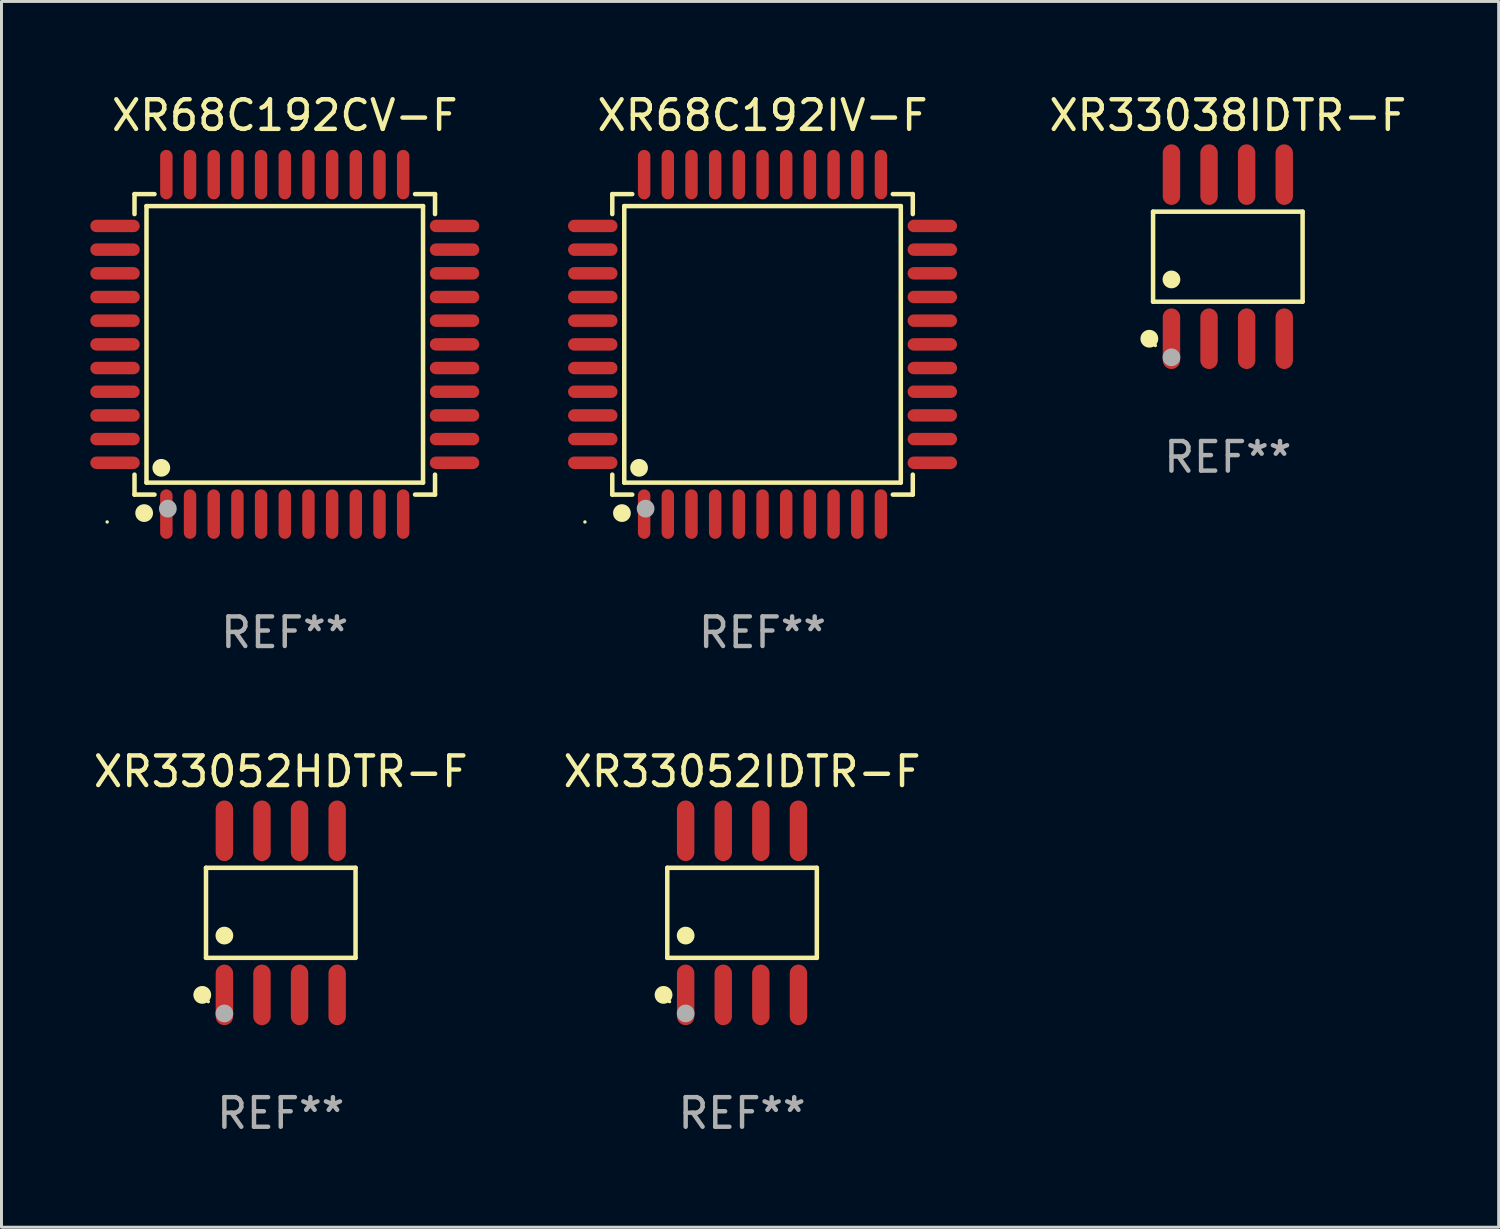
<source format=kicad_pcb>
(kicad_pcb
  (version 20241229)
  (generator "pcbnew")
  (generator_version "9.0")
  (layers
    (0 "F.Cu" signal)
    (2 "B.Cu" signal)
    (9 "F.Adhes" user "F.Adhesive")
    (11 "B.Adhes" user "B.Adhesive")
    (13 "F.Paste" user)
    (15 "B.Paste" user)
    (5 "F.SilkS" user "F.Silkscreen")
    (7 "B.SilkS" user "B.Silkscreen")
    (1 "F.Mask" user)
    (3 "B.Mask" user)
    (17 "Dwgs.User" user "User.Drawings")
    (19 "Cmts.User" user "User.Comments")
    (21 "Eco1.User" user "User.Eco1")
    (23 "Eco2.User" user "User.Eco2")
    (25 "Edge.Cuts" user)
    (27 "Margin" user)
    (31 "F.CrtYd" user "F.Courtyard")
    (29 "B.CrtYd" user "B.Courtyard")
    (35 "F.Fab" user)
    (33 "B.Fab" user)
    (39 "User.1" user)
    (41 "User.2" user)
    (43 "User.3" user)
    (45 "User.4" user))
  (footprint "XR68C192IV-F"
    (layer "F.Cu")
    (at 22.71 8.583)
    (property "Reference" "XR68C192IV-F" (at 0 -7.735 0) (layer "F.SilkS") (effects (font (size 1 1) (thickness 0.15))))
    (attr through_hole)
    (fp_line (start -5.076 -5.076) (end -4.401 -5.076) (stroke (width 0.152) (type solid)) (layer "F.SilkS"))
    (fp_line (start -5.076 -4.401) (end -5.076 -5.076) (stroke (width 0.152) (type solid)) (layer "F.SilkS"))
    (fp_line (start -5.076 4.401) (end -5.076 5.076) (stroke (width 0.152) (type solid)) (layer "F.SilkS"))
    (fp_line (start -5.076 5.076) (end -4.401 5.076) (stroke (width 0.152) (type solid)) (layer "F.SilkS"))
    (fp_line (start -4.671 -4.671) (end 4.671 -4.671) (stroke (width 0.152) (type solid)) (layer "F.SilkS"))
    (fp_line (start -4.671 4.671) (end -4.671 -4.671) (stroke (width 0.152) (type solid)) (layer "F.SilkS"))
    (fp_line (start 4.671 -4.671) (end 4.671 4.671) (stroke (width 0.152) (type solid)) (layer "F.SilkS"))
    (fp_line (start 4.671 4.671) (end -4.671 4.671) (stroke (width 0.152) (type solid)) (layer "F.SilkS"))
    (fp_line (start 5.076 -5.076) (end 4.401 -5.076) (stroke (width 0.152) (type solid)) (layer "F.SilkS"))
    (fp_line (start 5.076 -4.401) (end 5.076 -5.076) (stroke (width 0.152) (type solid)) (layer "F.SilkS"))
    (fp_line (start 5.076 4.401) (end 5.076 5.076) (stroke (width 0.152) (type solid)) (layer "F.SilkS"))
    (fp_line (start 5.076 5.076) (end 4.401 5.076) (stroke (width 0.152) (type solid)) (layer "F.SilkS"))
    (fp_circle (center -6 6) (end -5.97 6) (stroke (width 0.06) (type solid)) (fill no) (layer "F.SilkS"))
    (fp_circle (center -4.75 5.7) (end -4.6 5.7) (stroke (width 0.3) (type solid)) (fill no) (layer "F.SilkS"))
    (fp_circle (center -4.171 4.171) (end -4.021 4.171) (stroke (width 0.3) (type solid)) (fill no) (layer "F.SilkS"))
    (fp_circle (center -3.95 5.55) (end -3.8 5.55) (stroke (width 0.3) (type solid)) (fill no) (layer "F.Fab"))
    (fp_text user "REF**" (at 0 9.735 0) (layer "F.Fab") (effects (font (size 1 1) (thickness 0.15))))
    (pad "1" smd oval (at -4 5.735) (size 0.42 1.67) (layers "F.Cu" "F.Mask" "F.Paste"))
    (pad "2" smd oval (at -3.2 5.735) (size 0.42 1.67) (layers "F.Cu" "F.Mask" "F.Paste"))
    (pad "3" smd oval (at -2.4 5.735) (size 0.42 1.67) (layers "F.Cu" "F.Mask" "F.Paste"))
    (pad "4" smd oval (at -1.6 5.735) (size 0.42 1.67) (layers "F.Cu" "F.Mask" "F.Paste"))
    (pad "5" smd oval (at -0.8 5.735) (size 0.42 1.67) (layers "F.Cu" "F.Mask" "F.Paste"))
    (pad "6" smd oval (at 0 5.735) (size 0.42 1.67) (layers "F.Cu" "F.Mask" "F.Paste"))
    (pad "7" smd oval (at 0.8 5.735) (size 0.42 1.67) (layers "F.Cu" "F.Mask" "F.Paste"))
    (pad "8" smd oval (at 1.6 5.735) (size 0.42 1.67) (layers "F.Cu" "F.Mask" "F.Paste"))
    (pad "9" smd oval (at 2.4 5.735) (size 0.42 1.67) (layers "F.Cu" "F.Mask" "F.Paste"))
    (pad "10" smd oval (at 3.2 5.735) (size 0.42 1.67) (layers "F.Cu" "F.Mask" "F.Paste"))
    (pad "11" smd oval (at 4 5.735) (size 0.42 1.67) (layers "F.Cu" "F.Mask" "F.Paste"))
    (pad "12" smd oval (at 5.735 4) (size 1.67 0.42) (layers "F.Cu" "F.Mask" "F.Paste"))
    (pad "13" smd oval (at 5.735 3.2) (size 1.67 0.42) (layers "F.Cu" "F.Mask" "F.Paste"))
    (pad "14" smd oval (at 5.735 2.4) (size 1.67 0.42) (layers "F.Cu" "F.Mask" "F.Paste"))
    (pad "15" smd oval (at 5.735 1.6) (size 1.67 0.42) (layers "F.Cu" "F.Mask" "F.Paste"))
    (pad "16" smd oval (at 5.735 0.8) (size 1.67 0.42) (layers "F.Cu" "F.Mask" "F.Paste"))
    (pad "17" smd oval (at 5.735 0) (size 1.67 0.42) (layers "F.Cu" "F.Mask" "F.Paste"))
    (pad "18" smd oval (at 5.735 -0.8) (size 1.67 0.42) (layers "F.Cu" "F.Mask" "F.Paste"))
    (pad "19" smd oval (at 5.735 -1.6) (size 1.67 0.42) (layers "F.Cu" "F.Mask" "F.Paste"))
    (pad "20" smd oval (at 5.735 -2.4) (size 1.67 0.42) (layers "F.Cu" "F.Mask" "F.Paste"))
    (pad "21" smd oval (at 5.735 -3.2) (size 1.67 0.42) (layers "F.Cu" "F.Mask" "F.Paste"))
    (pad "22" smd oval (at 5.735 -4) (size 1.67 0.42) (layers "F.Cu" "F.Mask" "F.Paste"))
    (pad "23" smd oval (at 4 -5.735) (size 0.42 1.67) (layers "F.Cu" "F.Mask" "F.Paste"))
    (pad "24" smd oval (at 3.2 -5.735) (size 0.42 1.67) (layers "F.Cu" "F.Mask" "F.Paste"))
    (pad "25" smd oval (at 2.4 -5.735) (size 0.42 1.67) (layers "F.Cu" "F.Mask" "F.Paste"))
    (pad "26" smd oval (at 1.6 -5.735) (size 0.42 1.67) (layers "F.Cu" "F.Mask" "F.Paste"))
    (pad "27" smd oval (at 0.8 -5.735) (size 0.42 1.67) (layers "F.Cu" "F.Mask" "F.Paste"))
    (pad "28" smd oval (at 0 -5.735) (size 0.42 1.67) (layers "F.Cu" "F.Mask" "F.Paste"))
    (pad "29" smd oval (at -0.8 -5.735) (size 0.42 1.67) (layers "F.Cu" "F.Mask" "F.Paste"))
    (pad "30" smd oval (at -1.6 -5.735) (size 0.42 1.67) (layers "F.Cu" "F.Mask" "F.Paste"))
    (pad "31" smd oval (at -2.4 -5.735) (size 0.42 1.67) (layers "F.Cu" "F.Mask" "F.Paste"))
    (pad "32" smd oval (at -3.2 -5.735) (size 0.42 1.67) (layers "F.Cu" "F.Mask" "F.Paste"))
    (pad "33" smd oval (at -4 -5.735) (size 0.42 1.67) (layers "F.Cu" "F.Mask" "F.Paste"))
    (pad "34" smd oval (at -5.735 -4) (size 1.67 0.42) (layers "F.Cu" "F.Mask" "F.Paste"))
    (pad "35" smd oval (at -5.735 -3.2) (size 1.67 0.42) (layers "F.Cu" "F.Mask" "F.Paste"))
    (pad "36" smd oval (at -5.735 -2.4) (size 1.67 0.42) (layers "F.Cu" "F.Mask" "F.Paste"))
    (pad "37" smd oval (at -5.735 -1.6) (size 1.67 0.42) (layers "F.Cu" "F.Mask" "F.Paste"))
    (pad "38" smd oval (at -5.735 -0.8) (size 1.67 0.42) (layers "F.Cu" "F.Mask" "F.Paste"))
    (pad "39" smd oval (at -5.735 0) (size 1.67 0.42) (layers "F.Cu" "F.Mask" "F.Paste"))
    (pad "40" smd oval (at -5.735 0.8) (size 1.67 0.42) (layers "F.Cu" "F.Mask" "F.Paste"))
    (pad "41" smd oval (at -5.735 1.6) (size 1.67 0.42) (layers "F.Cu" "F.Mask" "F.Paste"))
    (pad "42" smd oval (at -5.735 2.4) (size 1.67 0.42) (layers "F.Cu" "F.Mask" "F.Paste"))
    (pad "43" smd oval (at -5.735 3.2) (size 1.67 0.42) (layers "F.Cu" "F.Mask" "F.Paste"))
    (pad "44" smd oval (at -5.735 4) (size 1.67 0.42) (layers "F.Cu" "F.Mask" "F.Paste")))
  (footprint "XR33052IDTR-F"
    (layer "F.Cu")
    (at 22.018 27.787)
    (property "Reference" "XR33052IDTR-F" (at 0 -4.772 0) (layer "F.SilkS") (effects (font (size 1 1) (thickness 0.15))))
    (attr through_hole)
    (fp_line (start -2.526 -1.521) (end 2.526 -1.521) (stroke (width 0.152) (type solid)) (layer "F.SilkS"))
    (fp_line (start -2.526 1.521) (end -2.526 -1.521) (stroke (width 0.152) (type solid)) (layer "F.SilkS"))
    (fp_line (start 2.526 -1.521) (end 2.526 1.521) (stroke (width 0.152) (type solid)) (layer "F.SilkS"))
    (fp_line (start 2.526 1.521) (end -2.526 1.521) (stroke (width 0.152) (type solid)) (layer "F.SilkS"))
    (fp_circle (center -2.652 2.772) (end -2.501 2.772) (stroke (width 0.3) (type solid)) (fill no) (layer "F.SilkS"))
    (fp_circle (center -2.45 3) (end -2.42 3) (stroke (width 0.06) (type solid)) (fill no) (layer "F.SilkS"))
    (fp_circle (center -1.905 0.769) (end -1.755 0.769) (stroke (width 0.3) (type solid)) (fill no) (layer "F.SilkS"))
    (fp_circle (center -1.905 3.4) (end -1.755 3.4) (stroke (width 0.3) (type solid)) (fill no) (layer "F.Fab"))
    (fp_text user "REF**" (at 0 6.772 0) (layer "F.Fab") (effects (font (size 1 1) (thickness 0.15))))
    (pad "1" smd oval (at -1.905 2.772) (size 0.588 2.045) (layers "F.Cu" "F.Mask" "F.Paste"))
    (pad "2" smd oval (at -0.635 2.772) (size 0.588 2.045) (layers "F.Cu" "F.Mask" "F.Paste"))
    (pad "3" smd oval (at 0.635 2.772) (size 0.588 2.045) (layers "F.Cu" "F.Mask" "F.Paste"))
    (pad "4" smd oval (at 1.905 2.772) (size 0.588 2.045) (layers "F.Cu" "F.Mask" "F.Paste"))
    (pad "5" smd oval (at 1.905 -2.772) (size 0.588 2.045) (layers "F.Cu" "F.Mask" "F.Paste"))
    (pad "6" smd oval (at 0.635 -2.772) (size 0.588 2.045) (layers "F.Cu" "F.Mask" "F.Paste"))
    (pad "7" smd oval (at -0.635 -2.772) (size 0.588 2.045) (layers "F.Cu" "F.Mask" "F.Paste"))
    (pad "8" smd oval (at -1.905 -2.772) (size 0.588 2.045) (layers "F.Cu" "F.Mask" "F.Paste")))
  (footprint "XR68C192CV-F"
    (layer "F.Cu")
    (at 6.57 8.583)
    (property "Reference" "XR68C192CV-F" (at 0 -7.735 0) (layer "F.SilkS") (effects (font (size 1 1) (thickness 0.15))))
    (attr through_hole)
    (fp_line (start -5.076 -5.076) (end -4.401 -5.076) (stroke (width 0.152) (type solid)) (layer "F.SilkS"))
    (fp_line (start -5.076 -4.401) (end -5.076 -5.076) (stroke (width 0.152) (type solid)) (layer "F.SilkS"))
    (fp_line (start -5.076 4.401) (end -5.076 5.076) (stroke (width 0.152) (type solid)) (layer "F.SilkS"))
    (fp_line (start -5.076 5.076) (end -4.401 5.076) (stroke (width 0.152) (type solid)) (layer "F.SilkS"))
    (fp_line (start -4.671 -4.671) (end 4.671 -4.671) (stroke (width 0.152) (type solid)) (layer "F.SilkS"))
    (fp_line (start -4.671 4.671) (end -4.671 -4.671) (stroke (width 0.152) (type solid)) (layer "F.SilkS"))
    (fp_line (start 4.671 -4.671) (end 4.671 4.671) (stroke (width 0.152) (type solid)) (layer "F.SilkS"))
    (fp_line (start 4.671 4.671) (end -4.671 4.671) (stroke (width 0.152) (type solid)) (layer "F.SilkS"))
    (fp_line (start 5.076 -5.076) (end 4.401 -5.076) (stroke (width 0.152) (type solid)) (layer "F.SilkS"))
    (fp_line (start 5.076 -4.401) (end 5.076 -5.076) (stroke (width 0.152) (type solid)) (layer "F.SilkS"))
    (fp_line (start 5.076 4.401) (end 5.076 5.076) (stroke (width 0.152) (type solid)) (layer "F.SilkS"))
    (fp_line (start 5.076 5.076) (end 4.401 5.076) (stroke (width 0.152) (type solid)) (layer "F.SilkS"))
    (fp_circle (center -6 6) (end -5.97 6) (stroke (width 0.06) (type solid)) (fill no) (layer "F.SilkS"))
    (fp_circle (center -4.75 5.7) (end -4.6 5.7) (stroke (width 0.3) (type solid)) (fill no) (layer "F.SilkS"))
    (fp_circle (center -4.171 4.171) (end -4.021 4.171) (stroke (width 0.3) (type solid)) (fill no) (layer "F.SilkS"))
    (fp_circle (center -3.95 5.55) (end -3.8 5.55) (stroke (width 0.3) (type solid)) (fill no) (layer "F.Fab"))
    (fp_text user "REF**" (at 0 9.735 0) (layer "F.Fab") (effects (font (size 1 1) (thickness 0.15))))
    (pad "1" smd oval (at -4 5.735) (size 0.42 1.67) (layers "F.Cu" "F.Mask" "F.Paste"))
    (pad "2" smd oval (at -3.2 5.735) (size 0.42 1.67) (layers "F.Cu" "F.Mask" "F.Paste"))
    (pad "3" smd oval (at -2.4 5.735) (size 0.42 1.67) (layers "F.Cu" "F.Mask" "F.Paste"))
    (pad "4" smd oval (at -1.6 5.735) (size 0.42 1.67) (layers "F.Cu" "F.Mask" "F.Paste"))
    (pad "5" smd oval (at -0.8 5.735) (size 0.42 1.67) (layers "F.Cu" "F.Mask" "F.Paste"))
    (pad "6" smd oval (at 0 5.735) (size 0.42 1.67) (layers "F.Cu" "F.Mask" "F.Paste"))
    (pad "7" smd oval (at 0.8 5.735) (size 0.42 1.67) (layers "F.Cu" "F.Mask" "F.Paste"))
    (pad "8" smd oval (at 1.6 5.735) (size 0.42 1.67) (layers "F.Cu" "F.Mask" "F.Paste"))
    (pad "9" smd oval (at 2.4 5.735) (size 0.42 1.67) (layers "F.Cu" "F.Mask" "F.Paste"))
    (pad "10" smd oval (at 3.2 5.735) (size 0.42 1.67) (layers "F.Cu" "F.Mask" "F.Paste"))
    (pad "11" smd oval (at 4 5.735) (size 0.42 1.67) (layers "F.Cu" "F.Mask" "F.Paste"))
    (pad "12" smd oval (at 5.735 4) (size 1.67 0.42) (layers "F.Cu" "F.Mask" "F.Paste"))
    (pad "13" smd oval (at 5.735 3.2) (size 1.67 0.42) (layers "F.Cu" "F.Mask" "F.Paste"))
    (pad "14" smd oval (at 5.735 2.4) (size 1.67 0.42) (layers "F.Cu" "F.Mask" "F.Paste"))
    (pad "15" smd oval (at 5.735 1.6) (size 1.67 0.42) (layers "F.Cu" "F.Mask" "F.Paste"))
    (pad "16" smd oval (at 5.735 0.8) (size 1.67 0.42) (layers "F.Cu" "F.Mask" "F.Paste"))
    (pad "17" smd oval (at 5.735 0) (size 1.67 0.42) (layers "F.Cu" "F.Mask" "F.Paste"))
    (pad "18" smd oval (at 5.735 -0.8) (size 1.67 0.42) (layers "F.Cu" "F.Mask" "F.Paste"))
    (pad "19" smd oval (at 5.735 -1.6) (size 1.67 0.42) (layers "F.Cu" "F.Mask" "F.Paste"))
    (pad "20" smd oval (at 5.735 -2.4) (size 1.67 0.42) (layers "F.Cu" "F.Mask" "F.Paste"))
    (pad "21" smd oval (at 5.735 -3.2) (size 1.67 0.42) (layers "F.Cu" "F.Mask" "F.Paste"))
    (pad "22" smd oval (at 5.735 -4) (size 1.67 0.42) (layers "F.Cu" "F.Mask" "F.Paste"))
    (pad "23" smd oval (at 4 -5.735) (size 0.42 1.67) (layers "F.Cu" "F.Mask" "F.Paste"))
    (pad "24" smd oval (at 3.2 -5.735) (size 0.42 1.67) (layers "F.Cu" "F.Mask" "F.Paste"))
    (pad "25" smd oval (at 2.4 -5.735) (size 0.42 1.67) (layers "F.Cu" "F.Mask" "F.Paste"))
    (pad "26" smd oval (at 1.6 -5.735) (size 0.42 1.67) (layers "F.Cu" "F.Mask" "F.Paste"))
    (pad "27" smd oval (at 0.8 -5.735) (size 0.42 1.67) (layers "F.Cu" "F.Mask" "F.Paste"))
    (pad "28" smd oval (at 0 -5.735) (size 0.42 1.67) (layers "F.Cu" "F.Mask" "F.Paste"))
    (pad "29" smd oval (at -0.8 -5.735) (size 0.42 1.67) (layers "F.Cu" "F.Mask" "F.Paste"))
    (pad "30" smd oval (at -1.6 -5.735) (size 0.42 1.67) (layers "F.Cu" "F.Mask" "F.Paste"))
    (pad "31" smd oval (at -2.4 -5.735) (size 0.42 1.67) (layers "F.Cu" "F.Mask" "F.Paste"))
    (pad "32" smd oval (at -3.2 -5.735) (size 0.42 1.67) (layers "F.Cu" "F.Mask" "F.Paste"))
    (pad "33" smd oval (at -4 -5.735) (size 0.42 1.67) (layers "F.Cu" "F.Mask" "F.Paste"))
    (pad "34" smd oval (at -5.735 -4) (size 1.67 0.42) (layers "F.Cu" "F.Mask" "F.Paste"))
    (pad "35" smd oval (at -5.735 -3.2) (size 1.67 0.42) (layers "F.Cu" "F.Mask" "F.Paste"))
    (pad "36" smd oval (at -5.735 -2.4) (size 1.67 0.42) (layers "F.Cu" "F.Mask" "F.Paste"))
    (pad "37" smd oval (at -5.735 -1.6) (size 1.67 0.42) (layers "F.Cu" "F.Mask" "F.Paste"))
    (pad "38" smd oval (at -5.735 -0.8) (size 1.67 0.42) (layers "F.Cu" "F.Mask" "F.Paste"))
    (pad "39" smd oval (at -5.735 0) (size 1.67 0.42) (layers "F.Cu" "F.Mask" "F.Paste"))
    (pad "40" smd oval (at -5.735 0.8) (size 1.67 0.42) (layers "F.Cu" "F.Mask" "F.Paste"))
    (pad "41" smd oval (at -5.735 1.6) (size 1.67 0.42) (layers "F.Cu" "F.Mask" "F.Paste"))
    (pad "42" smd oval (at -5.735 2.4) (size 1.67 0.42) (layers "F.Cu" "F.Mask" "F.Paste"))
    (pad "43" smd oval (at -5.735 3.2) (size 1.67 0.42) (layers "F.Cu" "F.Mask" "F.Paste"))
    (pad "44" smd oval (at -5.735 4) (size 1.67 0.42) (layers "F.Cu" "F.Mask" "F.Paste")))
  (footprint "XR33052HDTR-F"
    (layer "F.Cu")
    (at 6.435 27.787)
    (property "Reference" "XR33052HDTR-F" (at 0 -4.772 0) (layer "F.SilkS") (effects (font (size 1 1) (thickness 0.15))))
    (attr through_hole)
    (fp_line (start -2.526 -1.521) (end 2.526 -1.521) (stroke (width 0.152) (type solid)) (layer "F.SilkS"))
    (fp_line (start -2.526 1.521) (end -2.526 -1.521) (stroke (width 0.152) (type solid)) (layer "F.SilkS"))
    (fp_line (start 2.526 -1.521) (end 2.526 1.521) (stroke (width 0.152) (type solid)) (layer "F.SilkS"))
    (fp_line (start 2.526 1.521) (end -2.526 1.521) (stroke (width 0.152) (type solid)) (layer "F.SilkS"))
    (fp_circle (center -2.652 2.772) (end -2.501 2.772) (stroke (width 0.3) (type solid)) (fill no) (layer "F.SilkS"))
    (fp_circle (center -2.45 3) (end -2.42 3) (stroke (width 0.06) (type solid)) (fill no) (layer "F.SilkS"))
    (fp_circle (center -1.905 0.769) (end -1.755 0.769) (stroke (width 0.3) (type solid)) (fill no) (layer "F.SilkS"))
    (fp_circle (center -1.905 3.4) (end -1.755 3.4) (stroke (width 0.3) (type solid)) (fill no) (layer "F.Fab"))
    (fp_text user "REF**" (at 0 6.772 0) (layer "F.Fab") (effects (font (size 1 1) (thickness 0.15))))
    (pad "1" smd oval (at -1.905 2.772) (size 0.588 2.045) (layers "F.Cu" "F.Mask" "F.Paste"))
    (pad "2" smd oval (at -0.635 2.772) (size 0.588 2.045) (layers "F.Cu" "F.Mask" "F.Paste"))
    (pad "3" smd oval (at 0.635 2.772) (size 0.588 2.045) (layers "F.Cu" "F.Mask" "F.Paste"))
    (pad "4" smd oval (at 1.905 2.772) (size 0.588 2.045) (layers "F.Cu" "F.Mask" "F.Paste"))
    (pad "5" smd oval (at 1.905 -2.772) (size 0.588 2.045) (layers "F.Cu" "F.Mask" "F.Paste"))
    (pad "6" smd oval (at 0.635 -2.772) (size 0.588 2.045) (layers "F.Cu" "F.Mask" "F.Paste"))
    (pad "7" smd oval (at -0.635 -2.772) (size 0.588 2.045) (layers "F.Cu" "F.Mask" "F.Paste"))
    (pad "8" smd oval (at -1.905 -2.772) (size 0.588 2.045) (layers "F.Cu" "F.Mask" "F.Paste")))
  (footprint "XR33038IDTR-F"
    (layer "F.Cu")
    (at 38.429 5.621)
    (property "Reference" "XR33038IDTR-F" (at 0 -4.772 0) (layer "F.SilkS") (effects (font (size 1 1) (thickness 0.15))))
    (attr through_hole)
    (fp_line (start -2.526 -1.521) (end 2.526 -1.521) (stroke (width 0.152) (type solid)) (layer "F.SilkS"))
    (fp_line (start -2.526 1.521) (end -2.526 -1.521) (stroke (width 0.152) (type solid)) (layer "F.SilkS"))
    (fp_line (start 2.526 -1.521) (end 2.526 1.521) (stroke (width 0.152) (type solid)) (layer "F.SilkS"))
    (fp_line (start 2.526 1.521) (end -2.526 1.521) (stroke (width 0.152) (type solid)) (layer "F.SilkS"))
    (fp_circle (center -2.652 2.772) (end -2.501 2.772) (stroke (width 0.3) (type solid)) (fill no) (layer "F.SilkS"))
    (fp_circle (center -2.45 3) (end -2.42 3) (stroke (width 0.06) (type solid)) (fill no) (layer "F.SilkS"))
    (fp_circle (center -1.905 0.769) (end -1.755 0.769) (stroke (width 0.3) (type solid)) (fill no) (layer "F.SilkS"))
    (fp_circle (center -1.905 3.4) (end -1.755 3.4) (stroke (width 0.3) (type solid)) (fill no) (layer "F.Fab"))
    (fp_text user "REF**" (at 0 6.772 0) (layer "F.Fab") (effects (font (size 1 1) (thickness 0.15))))
    (pad "1" smd oval (at -1.905 2.772) (size 0.588 2.045) (layers "F.Cu" "F.Mask" "F.Paste"))
    (pad "2" smd oval (at -0.635 2.772) (size 0.588 2.045) (layers "F.Cu" "F.Mask" "F.Paste"))
    (pad "3" smd oval (at 0.635 2.772) (size 0.588 2.045) (layers "F.Cu" "F.Mask" "F.Paste"))
    (pad "4" smd oval (at 1.905 2.772) (size 0.588 2.045) (layers "F.Cu" "F.Mask" "F.Paste"))
    (pad "5" smd oval (at 1.905 -2.772) (size 0.588 2.045) (layers "F.Cu" "F.Mask" "F.Paste"))
    (pad "6" smd oval (at 0.635 -2.772) (size 0.588 2.045) (layers "F.Cu" "F.Mask" "F.Paste"))
    (pad "7" smd oval (at -0.635 -2.772) (size 0.588 2.045) (layers "F.Cu" "F.Mask" "F.Paste"))
    (pad "8" smd oval (at -1.905 -2.772) (size 0.588 2.045) (layers "F.Cu" "F.Mask" "F.Paste")))
  (gr_rect
    (start -3 -3)
    (end 47.578 38.408)
    (stroke (width 0.1) (type default))
    (fill no)
    (layer "Edge.Cuts")))
</source>
